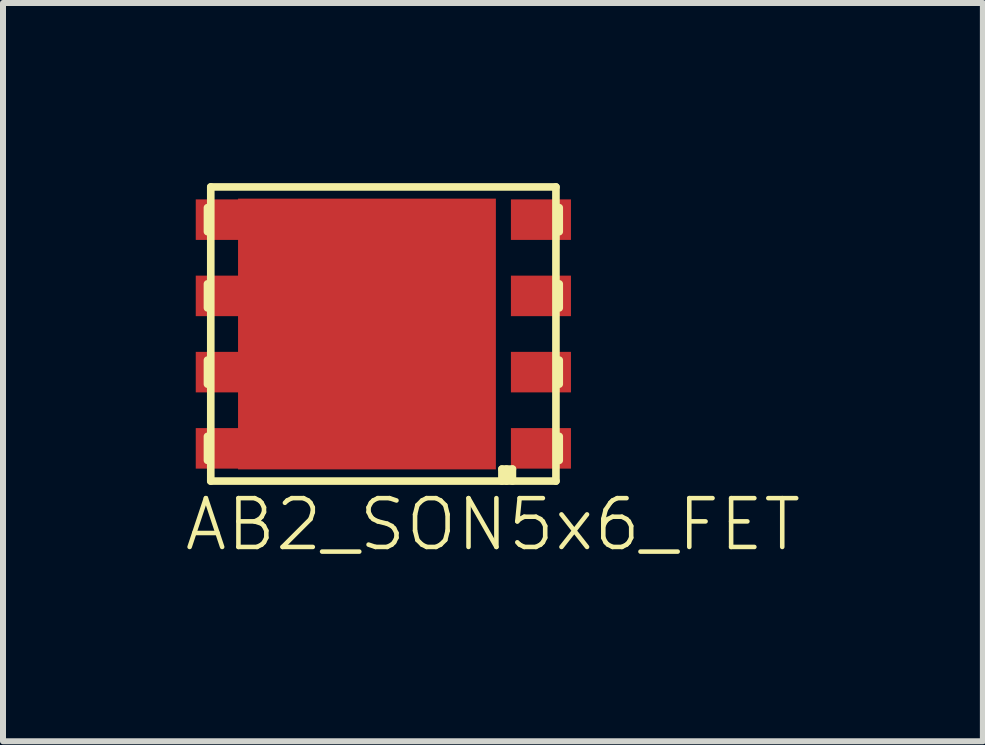
<source format=kicad_pcb>
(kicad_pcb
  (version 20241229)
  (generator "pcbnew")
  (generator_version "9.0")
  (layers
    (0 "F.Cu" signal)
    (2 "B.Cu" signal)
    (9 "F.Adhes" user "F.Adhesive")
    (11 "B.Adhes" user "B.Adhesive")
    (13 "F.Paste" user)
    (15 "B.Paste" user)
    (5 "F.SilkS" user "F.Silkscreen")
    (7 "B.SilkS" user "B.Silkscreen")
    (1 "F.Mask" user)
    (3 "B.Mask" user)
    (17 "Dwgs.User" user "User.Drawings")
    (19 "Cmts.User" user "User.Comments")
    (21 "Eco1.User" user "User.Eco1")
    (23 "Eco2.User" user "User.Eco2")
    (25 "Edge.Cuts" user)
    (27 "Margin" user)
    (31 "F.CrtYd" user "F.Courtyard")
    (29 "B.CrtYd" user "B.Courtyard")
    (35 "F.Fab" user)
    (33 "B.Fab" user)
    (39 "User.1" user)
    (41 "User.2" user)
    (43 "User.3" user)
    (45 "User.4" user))
  (footprint "AB2_SON5x6_FET"
    (layer "F.Cu")
    (at 3.336 2.514)
    (property "Reference" "AB2_SON5x6_FET" (at 1.825 3.175 0) (layer "F.SilkS") (effects (font (size 0.813 0.813) (thickness 0.076))))
    (attr through_hole)
    (fp_line (start -2.93 -2.105) (end -2.93 -1.705) (stroke (width 0.127) (type solid)) (layer "F.SilkS"))
    (fp_line (start -2.93 -0.835) (end -2.93 -0.435) (stroke (width 0.127) (type solid)) (layer "F.SilkS"))
    (fp_line (start -2.93 0.835) (end -2.93 0.435) (stroke (width 0.127) (type solid)) (layer "F.SilkS"))
    (fp_line (start -2.93 2.105) (end -2.93 1.705) (stroke (width 0.127) (type solid)) (layer "F.SilkS"))
    (fp_line (start -2.875 -2.45) (end 2.875 -2.45) (stroke (width 0.127) (type solid)) (layer "F.SilkS"))
    (fp_line (start -2.875 2.45) (end -2.875 -2.45) (stroke (width 0.127) (type solid)) (layer "F.SilkS"))
    (fp_line (start 1.975 2.25) (end 2.15 2.25) (stroke (width 0.127) (type solid)) (layer "F.SilkS"))
    (fp_line (start 1.975 2.45) (end 1.975 2.25) (stroke (width 0.127) (type solid)) (layer "F.SilkS"))
    (fp_line (start 2.05 2.25) (end 2.05 2.45) (stroke (width 0.127) (type solid)) (layer "F.SilkS"))
    (fp_line (start 2.15 2.25) (end 2.15 2.45) (stroke (width 0.127) (type solid)) (layer "F.SilkS"))
    (fp_line (start 2.875 -2.45) (end 2.875 2.45) (stroke (width 0.127) (type solid)) (layer "F.SilkS"))
    (fp_line (start 2.875 2.45) (end -2.875 2.45) (stroke (width 0.127) (type solid)) (layer "F.SilkS"))
    (fp_line (start 2.93 -2.105) (end 2.93 -1.705) (stroke (width 0.127) (type solid)) (layer "F.SilkS"))
    (fp_line (start 2.93 -0.835) (end 2.93 -0.435) (stroke (width 0.127) (type solid)) (layer "F.SilkS"))
    (fp_line (start 2.93 0.835) (end 2.93 0.435) (stroke (width 0.127) (type solid)) (layer "F.SilkS"))
    (fp_line (start 2.93 2.105) (end 2.93 1.705) (stroke (width 0.127) (type solid)) (layer "F.SilkS"))
    (pad "1" smd rect (at 2.625 1.905) (size 1 0.675) (layers "F.Cu" "F.Mask" "F.Paste"))
    (pad "2" smd rect (at 2.625 0.635) (size 1 0.675) (layers "F.Cu" "F.Mask" "F.Paste"))
    (pad "3" smd rect (at 2.625 -0.635) (size 1 0.675) (layers "F.Cu" "F.Mask" "F.Paste"))
    (pad "4" smd rect (at 2.625 -1.905) (size 1 0.675) (layers "F.Cu" "F.Mask" "F.Paste"))
    (pad "5" smd rect (at -2.625 -1.905) (size 1 0.675) (layers "F.Cu" "F.Mask" "F.Paste"))
    (pad "6" smd rect (at -2.625 -0.635) (size 1 0.675) (layers "F.Cu" "F.Mask" "F.Paste"))
    (pad "7" smd rect (at -2.625 0.635) (size 1 0.675) (layers "F.Cu" "F.Mask" "F.Paste"))
    (pad "8" smd rect (at -2.625 1.905) (size 1 0.675) (layers "F.Cu" "F.Mask" "F.Paste"))
    (pad "8" smd rect (at -0.273 0) (size 4.295 4.51) (layers "F.Cu" "F.Mask" "F.Paste")))
  (gr_rect
    (start -3 -3)
    (end 13.323 9.298)
    (stroke (width 0.1) (type default))
    (fill no)
    (layer "Edge.Cuts")))
</source>
